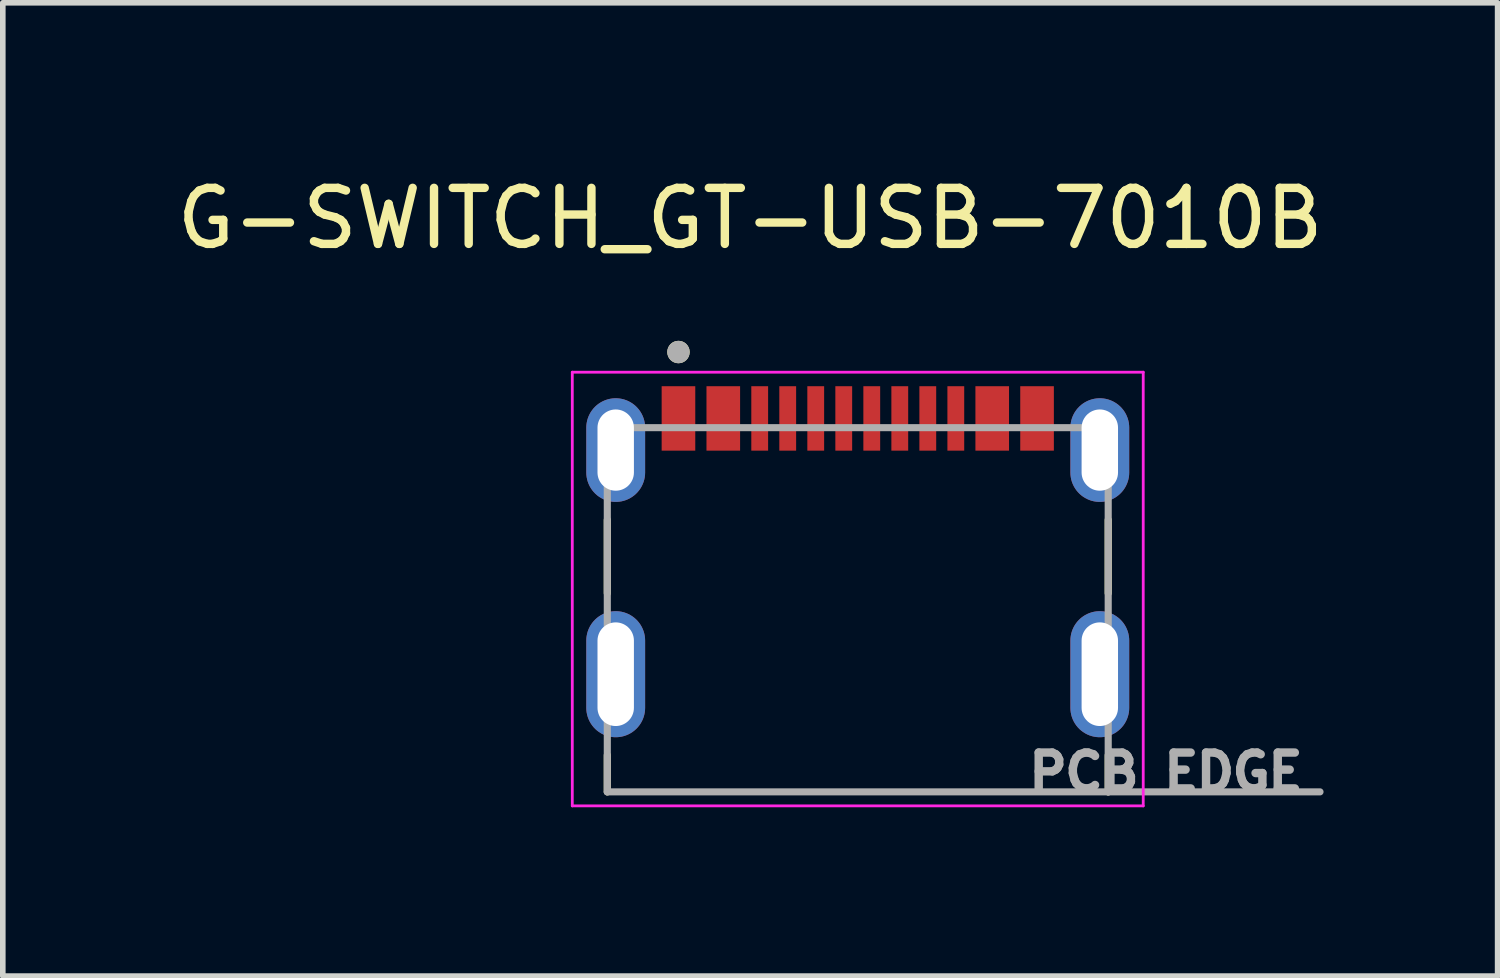
<source format=kicad_pcb>
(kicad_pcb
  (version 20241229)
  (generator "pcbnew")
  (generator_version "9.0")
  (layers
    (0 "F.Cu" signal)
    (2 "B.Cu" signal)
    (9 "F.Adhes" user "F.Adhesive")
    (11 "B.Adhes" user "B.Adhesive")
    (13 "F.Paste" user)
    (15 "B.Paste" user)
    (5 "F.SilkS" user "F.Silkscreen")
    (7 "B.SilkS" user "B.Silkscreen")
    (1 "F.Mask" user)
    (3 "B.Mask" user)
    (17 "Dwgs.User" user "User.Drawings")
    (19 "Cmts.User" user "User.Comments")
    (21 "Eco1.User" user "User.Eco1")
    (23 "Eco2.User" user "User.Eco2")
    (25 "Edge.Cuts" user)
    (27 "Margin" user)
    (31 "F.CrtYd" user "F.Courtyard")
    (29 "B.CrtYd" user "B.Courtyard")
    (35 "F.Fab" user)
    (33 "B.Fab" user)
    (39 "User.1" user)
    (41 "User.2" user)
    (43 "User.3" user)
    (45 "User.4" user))
  (footprint "G-SWITCH_GT-USB-7010B"
    (layer "F.Cu")
    (at 12.259 8.983)
    (property "Reference" "G-SWITCH_GT-USB-7010B" (at -1.92 -8.135 0) (layer "F.SilkS") (effects (font (size 1 1) (thickness 0.15))))
    (attr smd)
    (fp_poly (pts (xy -3.55 -5.19) (xy -2.85 -5.19) (xy -2.85 -3.94) (xy -3.55 -3.94)) (stroke (width 0.01) (type solid)) (fill yes) (layer "F.Mask"))
    (fp_poly (pts (xy -2.75 -5.19) (xy -2.05 -5.19) (xy -2.05 -3.94) (xy -2.75 -3.94)) (stroke (width 0.01) (type solid)) (fill yes) (layer "F.Mask"))
    (fp_poly (pts (xy -1.95 -5.19) (xy -1.55 -5.19) (xy -1.55 -3.94) (xy -1.95 -3.94)) (stroke (width 0.01) (type solid)) (fill yes) (layer "F.Mask"))
    (fp_poly (pts (xy -1.45 -5.19) (xy -1.05 -5.19) (xy -1.05 -3.94) (xy -1.45 -3.94)) (stroke (width 0.01) (type solid)) (fill yes) (layer "F.Mask"))
    (fp_poly (pts (xy -0.95 -5.19) (xy -0.55 -5.19) (xy -0.55 -3.94) (xy -0.95 -3.94)) (stroke (width 0.01) (type solid)) (fill yes) (layer "F.Mask"))
    (fp_poly (pts (xy -0.45 -5.19) (xy -0.05 -5.19) (xy -0.05 -3.94) (xy -0.45 -3.94)) (stroke (width 0.01) (type solid)) (fill yes) (layer "F.Mask"))
    (fp_poly (pts (xy 0.05 -5.19) (xy 0.45 -5.19) (xy 0.45 -3.94) (xy 0.05 -3.94)) (stroke (width 0.01) (type solid)) (fill yes) (layer "F.Mask"))
    (fp_poly (pts (xy 0.55 -5.19) (xy 0.95 -5.19) (xy 0.95 -3.94) (xy 0.55 -3.94)) (stroke (width 0.01) (type solid)) (fill yes) (layer "F.Mask"))
    (fp_poly (pts (xy 1.05 -5.19) (xy 1.45 -5.19) (xy 1.45 -3.94) (xy 1.05 -3.94)) (stroke (width 0.01) (type solid)) (fill yes) (layer "F.Mask"))
    (fp_poly (pts (xy 1.55 -5.19) (xy 1.95 -5.19) (xy 1.95 -3.94) (xy 1.55 -3.94)) (stroke (width 0.01) (type solid)) (fill yes) (layer "F.Mask"))
    (fp_poly (pts (xy 2.05 -5.19) (xy 2.75 -5.19) (xy 2.75 -3.94) (xy 2.05 -3.94)) (stroke (width 0.01) (type solid)) (fill yes) (layer "F.Mask"))
    (fp_poly (pts (xy 2.85 -5.19) (xy 3.55 -5.19) (xy 3.55 -3.94) (xy 2.85 -3.94)) (stroke (width 0.01) (type solid)) (fill yes) (layer "F.Mask"))
    (fp_line (start -4.47 -2.755) (end -4.47 -1.445) (stroke (width 0.127) (type solid)) (layer "F.SilkS"))
    (fp_line (start -4.47 2.1) (end -4.47 1.445) (stroke (width 0.127) (type solid)) (layer "F.SilkS"))
    (fp_line (start 4.47 -2.755) (end 4.47 -1.445) (stroke (width 0.127) (type solid)) (layer "F.SilkS"))
    (fp_line (start 4.47 2.1) (end 4.47 1.445) (stroke (width 0.127) (type solid)) (layer "F.SilkS"))
    (fp_circle (center -3.2 -5.75) (end -3.1 -5.75) (stroke (width 0.2) (type solid)) (fill no) (layer "F.SilkS"))
    (fp_line (start -5.095 -5.39) (end -5.095 2.35) (stroke (width 0.05) (type solid)) (layer "F.CrtYd"))
    (fp_line (start -5.095 2.35) (end 5.095 2.35) (stroke (width 0.05) (type solid)) (layer "F.CrtYd"))
    (fp_line (start 5.095 -5.39) (end -5.095 -5.39) (stroke (width 0.05) (type solid)) (layer "F.CrtYd"))
    (fp_line (start 5.095 2.35) (end 5.095 -5.39) (stroke (width 0.05) (type solid)) (layer "F.CrtYd"))
    (fp_line (start -4.47 -4.4) (end 4.47 -4.4) (stroke (width 0.127) (type solid)) (layer "F.Fab"))
    (fp_line (start -4.47 2.1) (end -4.47 -4.4) (stroke (width 0.127) (type solid)) (layer "F.Fab"))
    (fp_line (start 4.47 -4.4) (end 4.47 2.1) (stroke (width 0.127) (type solid)) (layer "F.Fab"))
    (fp_line (start 4.47 2.1) (end -4.47 2.1) (stroke (width 0.127) (type solid)) (layer "F.Fab"))
    (fp_line (start 8.25 2.1) (end 4.47 2.1) (stroke (width 0.127) (type solid)) (layer "F.Fab"))
    (fp_circle (center -3.2 -5.75) (end -3.1 -5.75) (stroke (width 0.2) (type solid)) (fill no) (layer "F.Fab"))
    (fp_text user "PCB EDGE" (at 5.5 1.75 0) (layer "F.Fab") (effects (font (size 0.64 0.64) (thickness 0.15))))
    (pad "A1_B12" smd rect (at -3.2 -4.565) (size 0.6 1.15) (layers "F.Cu" "F.Paste"))
    (pad "A4_B9" smd rect (at -2.4 -4.565) (size 0.6 1.15) (layers "F.Cu" "F.Paste"))
    (pad "A5" smd rect (at -1.25 -4.565) (size 0.3 1.15) (layers "F.Cu" "F.Paste"))
    (pad "A6" smd rect (at -0.25 -4.565) (size 0.3 1.15) (layers "F.Cu" "F.Paste"))
    (pad "A7" smd rect (at 0.25 -4.565) (size 0.3 1.15) (layers "F.Cu" "F.Paste"))
    (pad "A8" smd rect (at 1.25 -4.565) (size 0.3 1.15) (layers "F.Cu" "F.Paste"))
    (pad "B1_A12" smd rect (at 3.2 -4.565) (size 0.6 1.15) (layers "F.Cu" "F.Paste"))
    (pad "B4_A9" smd rect (at 2.4 -4.565) (size 0.6 1.15) (layers "F.Cu" "F.Paste"))
    (pad "B5" smd rect (at 1.75 -4.565) (size 0.3 1.15) (layers "F.Cu" "F.Paste"))
    (pad "B6" smd rect (at 0.75 -4.565) (size 0.3 1.15) (layers "F.Cu" "F.Paste"))
    (pad "B7" smd rect (at -0.75 -4.565) (size 0.3 1.15) (layers "F.Cu" "F.Paste"))
    (pad "B8" smd rect (at -1.75 -4.565) (size 0.3 1.15) (layers "F.Cu" "F.Paste"))
    (pad "SH1" thru_hole oval (at -4.32 -4) (size 1.05 1.85) (drill oval 0.65 1.45) (layers "*.Cu" "*.Mask"))
    (pad "SH2" thru_hole oval (at 4.32 -4) (size 1.05 1.85) (drill oval 0.65 1.45) (layers "*.Cu" "*.Mask"))
    (pad "SH3" thru_hole oval (at -4.32 0) (size 1.05 2.25) (drill oval 0.65 1.85) (layers "*.Cu" "*.Mask"))
    (pad "SH4" thru_hole oval (at 4.32 0) (size 1.05 2.25) (drill oval 0.65 1.85) (layers "*.Cu" "*.Mask")))
  (gr_rect
    (start -3 -3)
    (end 23.679 14.371)
    (stroke (width 0.1) (type default))
    (fill no)
    (layer "Edge.Cuts")))
</source>
